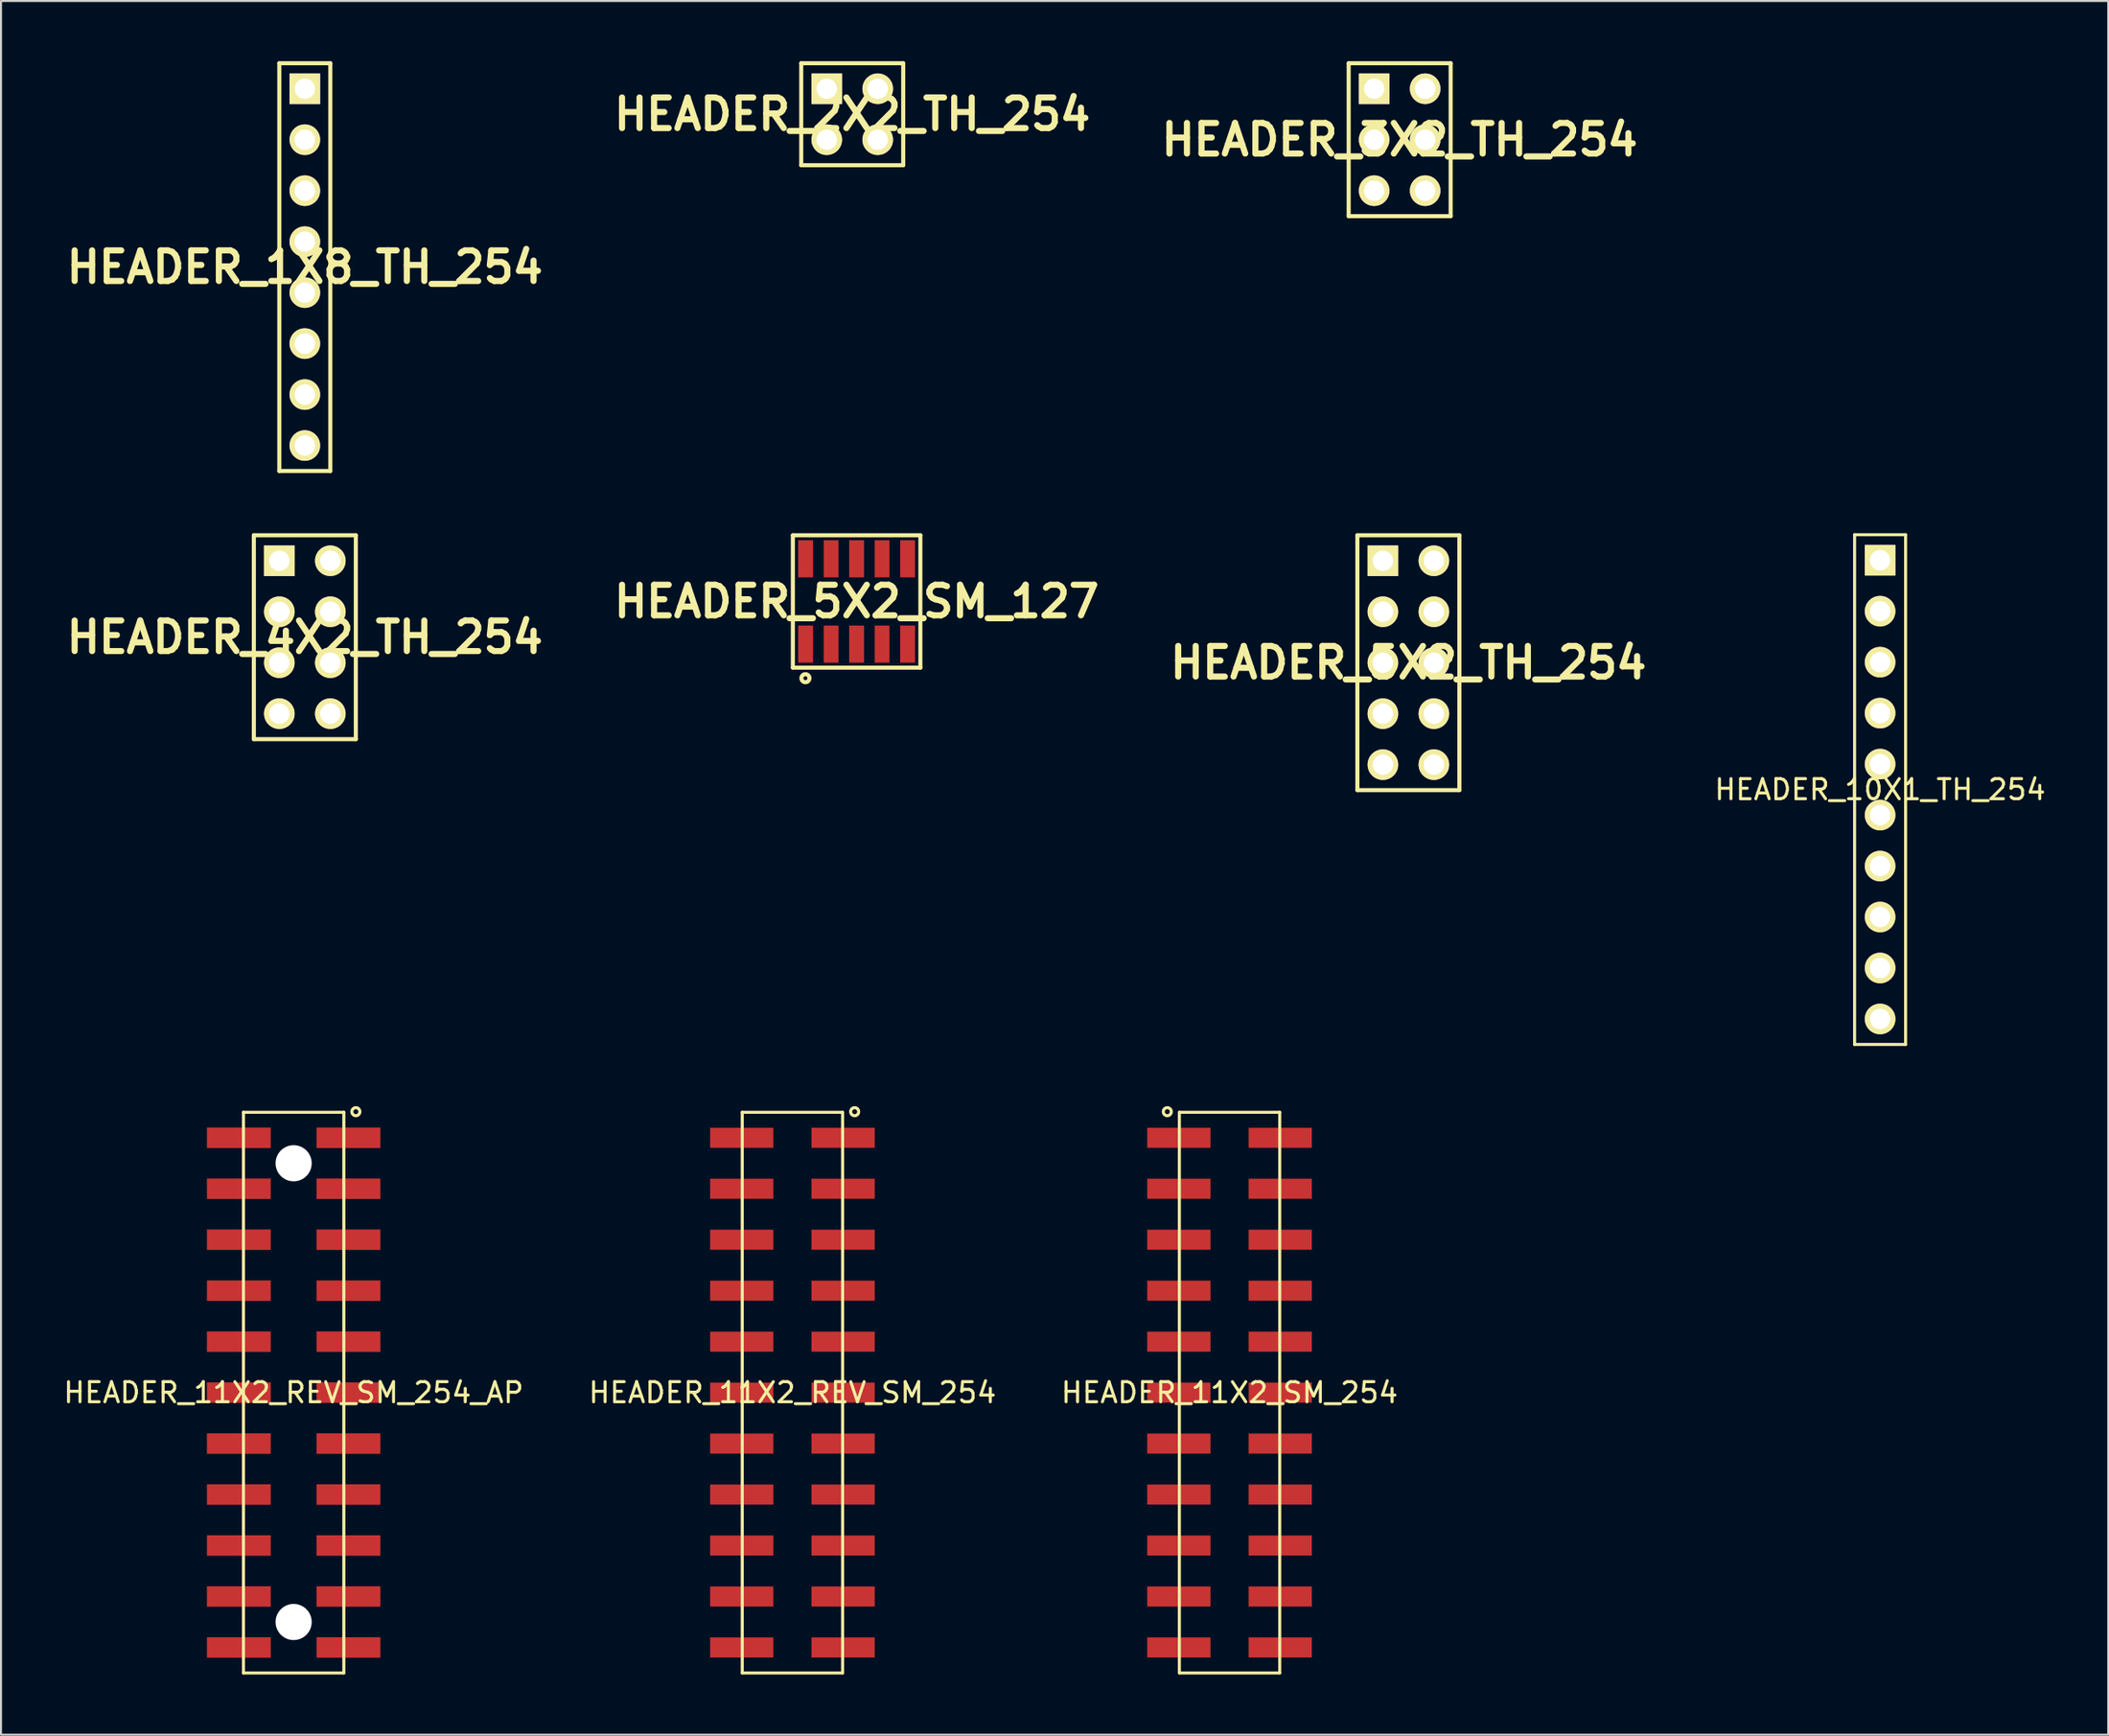
<source format=kicad_pcb>
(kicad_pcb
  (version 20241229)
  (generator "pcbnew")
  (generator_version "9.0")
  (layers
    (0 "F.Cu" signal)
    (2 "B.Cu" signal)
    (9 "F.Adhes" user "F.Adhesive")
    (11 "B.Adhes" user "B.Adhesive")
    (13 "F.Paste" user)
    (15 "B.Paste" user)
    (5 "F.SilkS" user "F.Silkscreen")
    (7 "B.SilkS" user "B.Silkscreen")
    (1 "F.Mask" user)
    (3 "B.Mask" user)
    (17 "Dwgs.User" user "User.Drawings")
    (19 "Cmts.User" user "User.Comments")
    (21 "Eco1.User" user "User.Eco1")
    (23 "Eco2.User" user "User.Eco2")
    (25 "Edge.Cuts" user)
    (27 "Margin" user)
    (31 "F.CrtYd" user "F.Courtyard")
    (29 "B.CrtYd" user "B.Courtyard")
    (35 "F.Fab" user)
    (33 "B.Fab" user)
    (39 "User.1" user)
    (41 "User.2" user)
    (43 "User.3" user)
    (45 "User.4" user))
  (footprint "HEADER_11X2_REV_SM_254"
    (layer "F.Cu")
    (at 36.423 66.349)
    (property "Reference" "HEADER_11X2_REV_SM_254" (at 0 0 0) (layer "F.SilkS") (effects (font (size 1 1) (thickness 0.15))))
    (attr through_hole)
    (fp_line (start -2.5 -13.97) (end 2.5 -13.97) (stroke (width 0.152) (type solid)) (layer "F.SilkS"))
    (fp_line (start -2.5 13.97) (end -2.5 -13.97) (stroke (width 0.152) (type solid)) (layer "F.SilkS"))
    (fp_line (start 2.5 -13.97) (end 2.5 13.97) (stroke (width 0.152) (type solid)) (layer "F.SilkS"))
    (fp_line (start 2.5 13.97) (end -2.5 13.97) (stroke (width 0.152) (type solid)) (layer "F.SilkS"))
    (fp_circle (center 3.1 -14) (end 2.9 -14) (stroke (width 0.152) (type solid)) (fill no) (layer "F.SilkS"))
    (pad "1" smd rect (at 2.525 -12.7) (size 3.15 1) (layers "F.Cu" "F.Mask" "F.Paste"))
    (pad "2" smd rect (at -2.525 -12.7) (size 3.15 1) (layers "F.Cu" "F.Mask" "F.Paste"))
    (pad "3" smd rect (at 2.525 -10.16) (size 3.15 1) (layers "F.Cu" "F.Mask" "F.Paste"))
    (pad "4" smd rect (at -2.525 -10.16) (size 3.15 1) (layers "F.Cu" "F.Mask" "F.Paste"))
    (pad "5" smd rect (at 2.525 -7.62) (size 3.15 1) (layers "F.Cu" "F.Mask" "F.Paste"))
    (pad "6" smd rect (at -2.525 -7.62) (size 3.15 1) (layers "F.Cu" "F.Mask" "F.Paste"))
    (pad "7" smd rect (at 2.525 -5.08) (size 3.15 1) (layers "F.Cu" "F.Mask" "F.Paste"))
    (pad "8" smd rect (at -2.525 -5.08) (size 3.15 1) (layers "F.Cu" "F.Mask" "F.Paste"))
    (pad "9" smd rect (at 2.525 -2.54) (size 3.15 1) (layers "F.Cu" "F.Mask" "F.Paste"))
    (pad "10" smd rect (at -2.525 -2.54) (size 3.15 1) (layers "F.Cu" "F.Mask" "F.Paste"))
    (pad "11" smd rect (at 2.525 0) (size 3.15 1) (layers "F.Cu" "F.Mask" "F.Paste"))
    (pad "12" smd rect (at -2.525 0) (size 3.15 1) (layers "F.Cu" "F.Mask" "F.Paste"))
    (pad "13" smd rect (at 2.525 2.54) (size 3.15 1) (layers "F.Cu" "F.Mask" "F.Paste"))
    (pad "14" smd rect (at -2.525 2.54) (size 3.15 1) (layers "F.Cu" "F.Mask" "F.Paste"))
    (pad "15" smd rect (at 2.525 5.08) (size 3.15 1) (layers "F.Cu" "F.Mask" "F.Paste"))
    (pad "16" smd rect (at -2.525 5.08) (size 3.15 1) (layers "F.Cu" "F.Mask" "F.Paste"))
    (pad "17" smd rect (at 2.525 7.62) (size 3.15 1) (layers "F.Cu" "F.Mask" "F.Paste"))
    (pad "18" smd rect (at -2.525 7.62) (size 3.15 1) (layers "F.Cu" "F.Mask" "F.Paste"))
    (pad "19" smd rect (at 2.525 10.16) (size 3.15 1) (layers "F.Cu" "F.Mask" "F.Paste"))
    (pad "20" smd rect (at -2.525 10.16) (size 3.15 1) (layers "F.Cu" "F.Mask" "F.Paste"))
    (pad "21" smd rect (at 2.525 12.7) (size 3.15 1) (layers "F.Cu" "F.Mask" "F.Paste"))
    (pad "22" smd rect (at -2.525 12.7) (size 3.15 1) (layers "F.Cu" "F.Mask" "F.Paste")))
  (footprint "HEADER_1X8_TH_254"
    (layer "F.Cu")
    (at 12.134 10.262)
    (property "Reference" "HEADER_1X8_TH_254" (at 0 0 0) (layer "F.SilkS") (effects (font (size 1.524 1.524) (thickness 0.305))))
    (attr through_hole)
    (fp_line (start -1.27 -10.16) (end 1.27 -10.16) (stroke (width 0.203) (type solid)) (layer "F.SilkS"))
    (fp_line (start -1.27 10.16) (end -1.27 -10.16) (stroke (width 0.203) (type solid)) (layer "F.SilkS"))
    (fp_line (start 1.27 -10.16) (end 1.27 10.16) (stroke (width 0.203) (type solid)) (layer "F.SilkS"))
    (fp_line (start 1.27 10.16) (end -1.27 10.16) (stroke (width 0.203) (type solid)) (layer "F.SilkS"))
    (pad "1" thru_hole rect (at 0 -8.89) (size 1.524 1.524) (drill 1.016) (layers "*.Cu" "*.Mask" "F.SilkS"))
    (pad "2" thru_hole circle (at 0 -6.35) (size 1.524 1.524) (drill 1.016) (layers "*.Cu" "*.Mask" "F.SilkS"))
    (pad "3" thru_hole circle (at 0 -3.81) (size 1.524 1.524) (drill 1.016) (layers "*.Cu" "*.Mask" "F.SilkS"))
    (pad "4" thru_hole circle (at 0 -1.27) (size 1.524 1.524) (drill 1.016) (layers "*.Cu" "*.Mask" "F.SilkS"))
    (pad "5" thru_hole circle (at 0 1.27) (size 1.524 1.524) (drill 1.016) (layers "*.Cu" "*.Mask" "F.SilkS"))
    (pad "6" thru_hole circle (at 0 3.81) (size 1.524 1.524) (drill 1.016) (layers "*.Cu" "*.Mask" "F.SilkS"))
    (pad "7" thru_hole circle (at 0 6.35) (size 1.524 1.524) (drill 1.016) (layers "*.Cu" "*.Mask" "F.SilkS"))
    (pad "8" thru_hole circle (at 0 8.89) (size 1.524 1.524) (drill 1.016) (layers "*.Cu" "*.Mask" "F.SilkS")))
  (footprint "HEADER_3X2_TH_254"
    (layer "F.Cu")
    (at 66.67 3.912)
    (property "Reference" "HEADER_3X2_TH_254" (at 0 0 0) (layer "F.SilkS") (effects (font (size 1.524 1.524) (thickness 0.305))))
    (attr through_hole)
    (fp_line (start -2.54 -3.81) (end 2.54 -3.81) (stroke (width 0.203) (type solid)) (layer "F.SilkS"))
    (fp_line (start -2.54 3.81) (end -2.54 -3.81) (stroke (width 0.203) (type solid)) (layer "F.SilkS"))
    (fp_line (start 2.54 -3.81) (end 2.54 3.81) (stroke (width 0.203) (type solid)) (layer "F.SilkS"))
    (fp_line (start 2.54 3.81) (end -2.54 3.81) (stroke (width 0.203) (type solid)) (layer "F.SilkS"))
    (pad "1" thru_hole rect (at -1.27 -2.54) (size 1.524 1.524) (drill 1.016) (layers "*.Cu" "*.Mask" "F.SilkS"))
    (pad "2" thru_hole circle (at 1.27 -2.54) (size 1.524 1.524) (drill 1.016) (layers "*.Cu" "*.Mask" "F.SilkS"))
    (pad "3" thru_hole circle (at -1.27 0) (size 1.524 1.524) (drill 1.016) (layers "*.Cu" "*.Mask" "F.SilkS"))
    (pad "4" thru_hole circle (at 1.27 0) (size 1.524 1.524) (drill 1.016) (layers "*.Cu" "*.Mask" "F.SilkS"))
    (pad "5" thru_hole circle (at -1.27 2.54) (size 1.524 1.524) (drill 1.016) (layers "*.Cu" "*.Mask" "F.SilkS"))
    (pad "6" thru_hole circle (at 1.27 2.54) (size 1.524 1.524) (drill 1.016) (layers "*.Cu" "*.Mask" "F.SilkS")))
  (footprint "HEADER_5X2_TH_254"
    (layer "F.Cu")
    (at 67.105 29.975)
    (property "Reference" "HEADER_5X2_TH_254" (at 0 0 0) (layer "F.SilkS") (effects (font (size 1.524 1.524) (thickness 0.305))))
    (attr through_hole)
    (fp_line (start -2.54 -6.35) (end 2.54 -6.35) (stroke (width 0.203) (type solid)) (layer "F.SilkS"))
    (fp_line (start -2.54 6.35) (end -2.54 -6.35) (stroke (width 0.203) (type solid)) (layer "F.SilkS"))
    (fp_line (start 2.54 -6.35) (end 2.54 6.35) (stroke (width 0.203) (type solid)) (layer "F.SilkS"))
    (fp_line (start 2.54 6.35) (end -2.54 6.35) (stroke (width 0.203) (type solid)) (layer "F.SilkS"))
    (pad "1" thru_hole rect (at -1.27 -5.08) (size 1.524 1.524) (drill 1.016) (layers "*.Cu" "*.Mask" "F.SilkS"))
    (pad "2" thru_hole circle (at 1.27 -5.08) (size 1.524 1.524) (drill 1.016) (layers "*.Cu" "*.Mask" "F.SilkS"))
    (pad "3" thru_hole circle (at -1.27 -2.54) (size 1.524 1.524) (drill 1.016) (layers "*.Cu" "*.Mask" "F.SilkS"))
    (pad "4" thru_hole circle (at 1.27 -2.54) (size 1.524 1.524) (drill 1.016) (layers "*.Cu" "*.Mask" "F.SilkS"))
    (pad "5" thru_hole circle (at -1.27 0) (size 1.524 1.524) (drill 1.016) (layers "*.Cu" "*.Mask" "F.SilkS"))
    (pad "6" thru_hole circle (at 1.27 0) (size 1.524 1.524) (drill 1.016) (layers "*.Cu" "*.Mask" "F.SilkS"))
    (pad "7" thru_hole circle (at -1.27 2.54) (size 1.524 1.524) (drill 1.016) (layers "*.Cu" "*.Mask" "F.SilkS"))
    (pad "8" thru_hole circle (at 1.27 2.54) (size 1.524 1.524) (drill 1.016) (layers "*.Cu" "*.Mask" "F.SilkS"))
    (pad "9" thru_hole circle (at -1.27 5.08) (size 1.524 1.524) (drill 1.016) (layers "*.Cu" "*.Mask" "F.SilkS"))
    (pad "10" thru_hole circle (at 1.27 5.08) (size 1.524 1.524) (drill 1.016) (layers "*.Cu" "*.Mask" "F.SilkS")))
  (footprint "HEADER_11X2_SM_254"
    (layer "F.Cu")
    (at 58.196 66.349)
    (property "Reference" "HEADER_11X2_SM_254" (at 0 0 0) (layer "F.SilkS") (effects (font (size 1 1) (thickness 0.15))))
    (attr through_hole)
    (fp_line (start -2.5 -13.97) (end 2.5 -13.97) (stroke (width 0.152) (type solid)) (layer "F.SilkS"))
    (fp_line (start -2.5 13.97) (end -2.5 -13.97) (stroke (width 0.152) (type solid)) (layer "F.SilkS"))
    (fp_line (start 2.5 -13.97) (end 2.5 13.97) (stroke (width 0.152) (type solid)) (layer "F.SilkS"))
    (fp_line (start 2.5 13.97) (end -2.5 13.97) (stroke (width 0.152) (type solid)) (layer "F.SilkS"))
    (fp_circle (center -3.1 -14) (end -2.9 -14) (stroke (width 0.152) (type solid)) (fill no) (layer "F.SilkS"))
    (pad "1" smd rect (at -2.525 -12.7) (size 3.15 1) (layers "F.Cu" "F.Mask" "F.Paste"))
    (pad "2" smd rect (at 2.525 -12.7) (size 3.15 1) (layers "F.Cu" "F.Mask" "F.Paste"))
    (pad "3" smd rect (at -2.525 -10.16) (size 3.15 1) (layers "F.Cu" "F.Mask" "F.Paste"))
    (pad "4" smd rect (at 2.525 -10.16) (size 3.15 1) (layers "F.Cu" "F.Mask" "F.Paste"))
    (pad "5" smd rect (at -2.525 -7.62) (size 3.15 1) (layers "F.Cu" "F.Mask" "F.Paste"))
    (pad "6" smd rect (at 2.525 -7.62) (size 3.15 1) (layers "F.Cu" "F.Mask" "F.Paste"))
    (pad "7" smd rect (at -2.525 -5.08) (size 3.15 1) (layers "F.Cu" "F.Mask" "F.Paste"))
    (pad "8" smd rect (at 2.525 -5.08) (size 3.15 1) (layers "F.Cu" "F.Mask" "F.Paste"))
    (pad "9" smd rect (at -2.525 -2.54) (size 3.15 1) (layers "F.Cu" "F.Mask" "F.Paste"))
    (pad "10" smd rect (at 2.525 -2.54) (size 3.15 1) (layers "F.Cu" "F.Mask" "F.Paste"))
    (pad "11" smd rect (at -2.525 0) (size 3.15 1) (layers "F.Cu" "F.Mask" "F.Paste"))
    (pad "12" smd rect (at 2.525 0) (size 3.15 1) (layers "F.Cu" "F.Mask" "F.Paste"))
    (pad "13" smd rect (at -2.525 2.54) (size 3.15 1) (layers "F.Cu" "F.Mask" "F.Paste"))
    (pad "14" smd rect (at 2.525 2.54) (size 3.15 1) (layers "F.Cu" "F.Mask" "F.Paste"))
    (pad "15" smd rect (at -2.525 5.08) (size 3.15 1) (layers "F.Cu" "F.Mask" "F.Paste"))
    (pad "16" smd rect (at 2.525 5.08) (size 3.15 1) (layers "F.Cu" "F.Mask" "F.Paste"))
    (pad "17" smd rect (at -2.525 7.62) (size 3.15 1) (layers "F.Cu" "F.Mask" "F.Paste"))
    (pad "18" smd rect (at 2.525 7.62) (size 3.15 1) (layers "F.Cu" "F.Mask" "F.Paste"))
    (pad "19" smd rect (at -2.525 10.16) (size 3.15 1) (layers "F.Cu" "F.Mask" "F.Paste"))
    (pad "20" smd rect (at 2.525 10.16) (size 3.15 1) (layers "F.Cu" "F.Mask" "F.Paste"))
    (pad "21" smd rect (at -2.525 12.7) (size 3.15 1) (layers "F.Cu" "F.Mask" "F.Paste"))
    (pad "22" smd rect (at 2.525 12.7) (size 3.15 1) (layers "F.Cu" "F.Mask" "F.Paste")))
  (footprint "HEADER_4X2_TH_254"
    (layer "F.Cu")
    (at 12.134 28.705)
    (property "Reference" "HEADER_4X2_TH_254" (at 0 0 0) (layer "F.SilkS") (effects (font (size 1.524 1.524) (thickness 0.305))))
    (attr through_hole)
    (fp_line (start -2.54 -5.08) (end 2.54 -5.08) (stroke (width 0.203) (type solid)) (layer "F.SilkS"))
    (fp_line (start -2.54 5.08) (end -2.54 -5.08) (stroke (width 0.203) (type solid)) (layer "F.SilkS"))
    (fp_line (start 2.54 -5.08) (end 2.54 5.08) (stroke (width 0.203) (type solid)) (layer "F.SilkS"))
    (fp_line (start 2.54 5.08) (end -2.54 5.08) (stroke (width 0.203) (type solid)) (layer "F.SilkS"))
    (pad "1" thru_hole rect (at -1.27 -3.81) (size 1.524 1.524) (drill 1.016) (layers "*.Cu" "*.Mask" "F.SilkS"))
    (pad "2" thru_hole circle (at 1.27 -3.81) (size 1.524 1.524) (drill 1.016) (layers "*.Cu" "*.Mask" "F.SilkS"))
    (pad "3" thru_hole circle (at -1.27 -1.27) (size 1.524 1.524) (drill 1.016) (layers "*.Cu" "*.Mask" "F.SilkS"))
    (pad "4" thru_hole circle (at 1.27 -1.27) (size 1.524 1.524) (drill 1.016) (layers "*.Cu" "*.Mask" "F.SilkS"))
    (pad "5" thru_hole circle (at -1.27 1.27) (size 1.524 1.524) (drill 1.016) (layers "*.Cu" "*.Mask" "F.SilkS"))
    (pad "6" thru_hole circle (at 1.27 1.27) (size 1.524 1.524) (drill 1.016) (layers "*.Cu" "*.Mask" "F.SilkS"))
    (pad "7" thru_hole circle (at -1.27 3.81) (size 1.524 1.524) (drill 1.016) (layers "*.Cu" "*.Mask" "F.SilkS"))
    (pad "8" thru_hole circle (at 1.27 3.81) (size 1.524 1.524) (drill 1.016) (layers "*.Cu" "*.Mask" "F.SilkS")))
  (footprint "HEADER_10X1_TH_254"
    (layer "F.Cu")
    (at 90.602 36.298)
    (property "Reference" "HEADER_10X1_TH_254" (at 0 0 0) (layer "F.SilkS") (effects (font (size 1 1) (thickness 0.15))))
    (attr through_hole)
    (fp_line (start -1.27 -12.7) (end 1.27 -12.7) (stroke (width 0.15) (type solid)) (layer "F.SilkS"))
    (fp_line (start -1.27 12.7) (end -1.27 -12.7) (stroke (width 0.15) (type solid)) (layer "F.SilkS"))
    (fp_line (start 1.27 -12.7) (end 1.27 12.7) (stroke (width 0.15) (type solid)) (layer "F.SilkS"))
    (fp_line (start 1.27 12.7) (end -1.27 12.7) (stroke (width 0.15) (type solid)) (layer "F.SilkS"))
    (pad "1" thru_hole rect (at 0 -11.43) (size 1.524 1.524) (drill 1.016) (layers "*.Cu" "*.Mask" "F.SilkS"))
    (pad "2" thru_hole circle (at 0 -8.89) (size 1.524 1.524) (drill 1.016) (layers "*.Cu" "*.Mask" "F.SilkS"))
    (pad "3" thru_hole circle (at 0 -6.35) (size 1.524 1.524) (drill 1.016) (layers "*.Cu" "*.Mask" "F.SilkS"))
    (pad "4" thru_hole circle (at 0 -3.81) (size 1.524 1.524) (drill 1.016) (layers "*.Cu" "*.Mask" "F.SilkS"))
    (pad "5" thru_hole circle (at 0 -1.27) (size 1.524 1.524) (drill 1.016) (layers "*.Cu" "*.Mask" "F.SilkS"))
    (pad "6" thru_hole circle (at 0 1.27) (size 1.524 1.524) (drill 1.016) (layers "*.Cu" "*.Mask" "F.SilkS"))
    (pad "7" thru_hole circle (at 0 3.81) (size 1.524 1.524) (drill 1.016) (layers "*.Cu" "*.Mask" "F.SilkS"))
    (pad "8" thru_hole circle (at 0 6.35) (size 1.524 1.524) (drill 1.016) (layers "*.Cu" "*.Mask" "F.SilkS"))
    (pad "9" thru_hole circle (at 0 8.89) (size 1.524 1.524) (drill 1.016) (layers "*.Cu" "*.Mask" "F.SilkS"))
    (pad "10" thru_hole circle (at 0 11.43) (size 1.524 1.524) (drill 1.016) (layers "*.Cu" "*.Mask" "F.SilkS")))
  (footprint "HEADER_5X2_SM_127"
    (layer "F.Cu")
    (at 39.62 26.924)
    (property "Reference" "HEADER_5X2_SM_127" (at 0 0 0) (layer "F.SilkS") (effects (font (size 1.524 1.524) (thickness 0.305))))
    (attr through_hole)
    (fp_line (start -3.175 -3.299) (end 3.175 -3.299) (stroke (width 0.203) (type solid)) (layer "F.SilkS"))
    (fp_line (start -3.175 3.299) (end -3.175 -3.299) (stroke (width 0.203) (type solid)) (layer "F.SilkS"))
    (fp_line (start 3.175 -3.299) (end 3.175 3.299) (stroke (width 0.203) (type solid)) (layer "F.SilkS"))
    (fp_line (start 3.175 3.299) (end -3.175 3.299) (stroke (width 0.203) (type solid)) (layer "F.SilkS"))
    (fp_circle (center -2.55 3.823) (end -2.451 3.823) (stroke (width 0.203) (type solid)) (fill no) (layer "F.SilkS"))
    (pad "1" smd rect (at -2.54 2.126) (size 0.739 1.849) (layers "F.Cu" "F.Mask" "F.Paste"))
    (pad "2" smd rect (at -2.54 -2.126) (size 0.739 1.849) (layers "F.Cu" "F.Mask" "F.Paste"))
    (pad "3" smd rect (at -1.27 2.126) (size 0.739 1.849) (layers "F.Cu" "F.Mask" "F.Paste"))
    (pad "4" smd rect (at -1.27 -2.126) (size 0.739 1.849) (layers "F.Cu" "F.Mask" "F.Paste"))
    (pad "5" smd rect (at 0 2.126) (size 0.739 1.849) (layers "F.Cu" "F.Mask" "F.Paste"))
    (pad "6" smd rect (at 0 -2.126) (size 0.739 1.849) (layers "F.Cu" "F.Mask" "F.Paste"))
    (pad "7" smd rect (at 1.27 2.126) (size 0.739 1.849) (layers "F.Cu" "F.Mask" "F.Paste"))
    (pad "8" smd rect (at 1.27 -2.126) (size 0.739 1.849) (layers "F.Cu" "F.Mask" "F.Paste"))
    (pad "9" smd rect (at 2.54 2.126) (size 0.739 1.849) (layers "F.Cu" "F.Mask" "F.Paste"))
    (pad "10" smd rect (at 2.54 -2.126) (size 0.739 1.849) (layers "F.Cu" "F.Mask" "F.Paste")))
  (footprint "HEADER_2X2_TH_254"
    (layer "F.Cu")
    (at 39.402 2.642)
    (property "Reference" "HEADER_2X2_TH_254" (at 0 0 0) (layer "F.SilkS") (effects (font (size 1.524 1.524) (thickness 0.305))))
    (attr through_hole)
    (fp_line (start -2.54 -2.54) (end 2.54 -2.54) (stroke (width 0.203) (type solid)) (layer "F.SilkS"))
    (fp_line (start -2.54 2.54) (end -2.54 -2.54) (stroke (width 0.203) (type solid)) (layer "F.SilkS"))
    (fp_line (start 2.54 -2.54) (end 2.54 2.54) (stroke (width 0.203) (type solid)) (layer "F.SilkS"))
    (fp_line (start 2.54 2.54) (end -2.54 2.54) (stroke (width 0.203) (type solid)) (layer "F.SilkS"))
    (pad "1" thru_hole rect (at -1.27 -1.27) (size 1.524 1.524) (drill 1.016) (layers "*.Cu" "*.Mask" "F.SilkS"))
    (pad "2" thru_hole circle (at 1.27 -1.27) (size 1.524 1.524) (drill 1.016) (layers "*.Cu" "*.Mask" "F.SilkS"))
    (pad "3" thru_hole circle (at -1.27 1.27) (size 1.524 1.524) (drill 1.016) (layers "*.Cu" "*.Mask" "F.SilkS"))
    (pad "4" thru_hole circle (at 1.27 1.27) (size 1.524 1.524) (drill 1.016) (layers "*.Cu" "*.Mask" "F.SilkS")))
  (footprint "HEADER_11X2_REV_SM_254_AP"
    (layer "F.Cu")
    (at 11.577 66.349)
    (property "Reference" "HEADER_11X2_REV_SM_254_AP" (at 0 0 0) (layer "F.SilkS") (effects (font (size 1 1) (thickness 0.15))))
    (attr through_hole)
    (fp_line (start -2.5 -13.97) (end 2.5 -13.97) (stroke (width 0.152) (type solid)) (layer "F.SilkS"))
    (fp_line (start -2.5 13.97) (end -2.5 -13.97) (stroke (width 0.152) (type solid)) (layer "F.SilkS"))
    (fp_line (start 2.5 -13.97) (end 2.5 13.97) (stroke (width 0.152) (type solid)) (layer "F.SilkS"))
    (fp_line (start 2.5 13.97) (end -2.5 13.97) (stroke (width 0.152) (type solid)) (layer "F.SilkS"))
    (fp_circle (center 3.1 -14) (end 2.9 -14) (stroke (width 0.152) (type solid)) (fill no) (layer "F.SilkS"))
    (pad "" np_thru_hole circle (at 0 -11.43) (size 1.8 1.8) (drill 1.8) (layers "*.Cu" "*.Mask"))
    (pad "" np_thru_hole circle (at 0 11.43) (size 1.8 1.8) (drill 1.8) (layers "*.Cu" "*.Mask"))
    (pad "1" smd rect (at 2.73 -12.7) (size 3.18 1.02) (layers "F.Cu" "F.Mask" "F.Paste"))
    (pad "2" smd rect (at -2.73 -12.7) (size 3.18 1.02) (layers "F.Cu" "F.Mask" "F.Paste"))
    (pad "3" smd rect (at 2.73 -10.16) (size 3.18 1.02) (layers "F.Cu" "F.Mask" "F.Paste"))
    (pad "4" smd rect (at -2.73 -10.16) (size 3.18 1.02) (layers "F.Cu" "F.Mask" "F.Paste"))
    (pad "5" smd rect (at 2.73 -7.62) (size 3.18 1.02) (layers "F.Cu" "F.Mask" "F.Paste"))
    (pad "6" smd rect (at -2.73 -7.62) (size 3.18 1.02) (layers "F.Cu" "F.Mask" "F.Paste"))
    (pad "7" smd rect (at 2.73 -5.08) (size 3.18 1.02) (layers "F.Cu" "F.Mask" "F.Paste"))
    (pad "8" smd rect (at -2.73 -5.08) (size 3.18 1.02) (layers "F.Cu" "F.Mask" "F.Paste"))
    (pad "9" smd rect (at 2.73 -2.54) (size 3.18 1.02) (layers "F.Cu" "F.Mask" "F.Paste"))
    (pad "10" smd rect (at -2.73 -2.54) (size 3.18 1.02) (layers "F.Cu" "F.Mask" "F.Paste"))
    (pad "11" smd rect (at 2.73 0) (size 3.18 1.02) (layers "F.Cu" "F.Mask" "F.Paste"))
    (pad "12" smd rect (at -2.73 0) (size 3.18 1.02) (layers "F.Cu" "F.Mask" "F.Paste"))
    (pad "13" smd rect (at 2.73 2.54) (size 3.18 1.02) (layers "F.Cu" "F.Mask" "F.Paste"))
    (pad "14" smd rect (at -2.73 2.54) (size 3.18 1.02) (layers "F.Cu" "F.Mask" "F.Paste"))
    (pad "15" smd rect (at 2.73 5.08) (size 3.18 1.02) (layers "F.Cu" "F.Mask" "F.Paste"))
    (pad "16" smd rect (at -2.73 5.08) (size 3.18 1.02) (layers "F.Cu" "F.Mask" "F.Paste"))
    (pad "17" smd rect (at 2.73 7.62) (size 3.18 1.02) (layers "F.Cu" "F.Mask" "F.Paste"))
    (pad "18" smd rect (at -2.73 7.62) (size 3.18 1.02) (layers "F.Cu" "F.Mask" "F.Paste"))
    (pad "19" smd rect (at 2.73 10.16) (size 3.18 1.02) (layers "F.Cu" "F.Mask" "F.Paste"))
    (pad "20" smd rect (at -2.73 10.16) (size 3.18 1.02) (layers "F.Cu" "F.Mask" "F.Paste"))
    (pad "21" smd rect (at 2.73 12.7) (size 3.18 1.02) (layers "F.Cu" "F.Mask" "F.Paste"))
    (pad "22" smd rect (at -2.73 12.7) (size 3.18 1.02) (layers "F.Cu" "F.Mask" "F.Paste")))
  (gr_rect
    (start -3 -3)
    (end 101.965 83.396)
    (stroke (width 0.1) (type default))
    (fill no)
    (layer "Edge.Cuts")))
</source>
